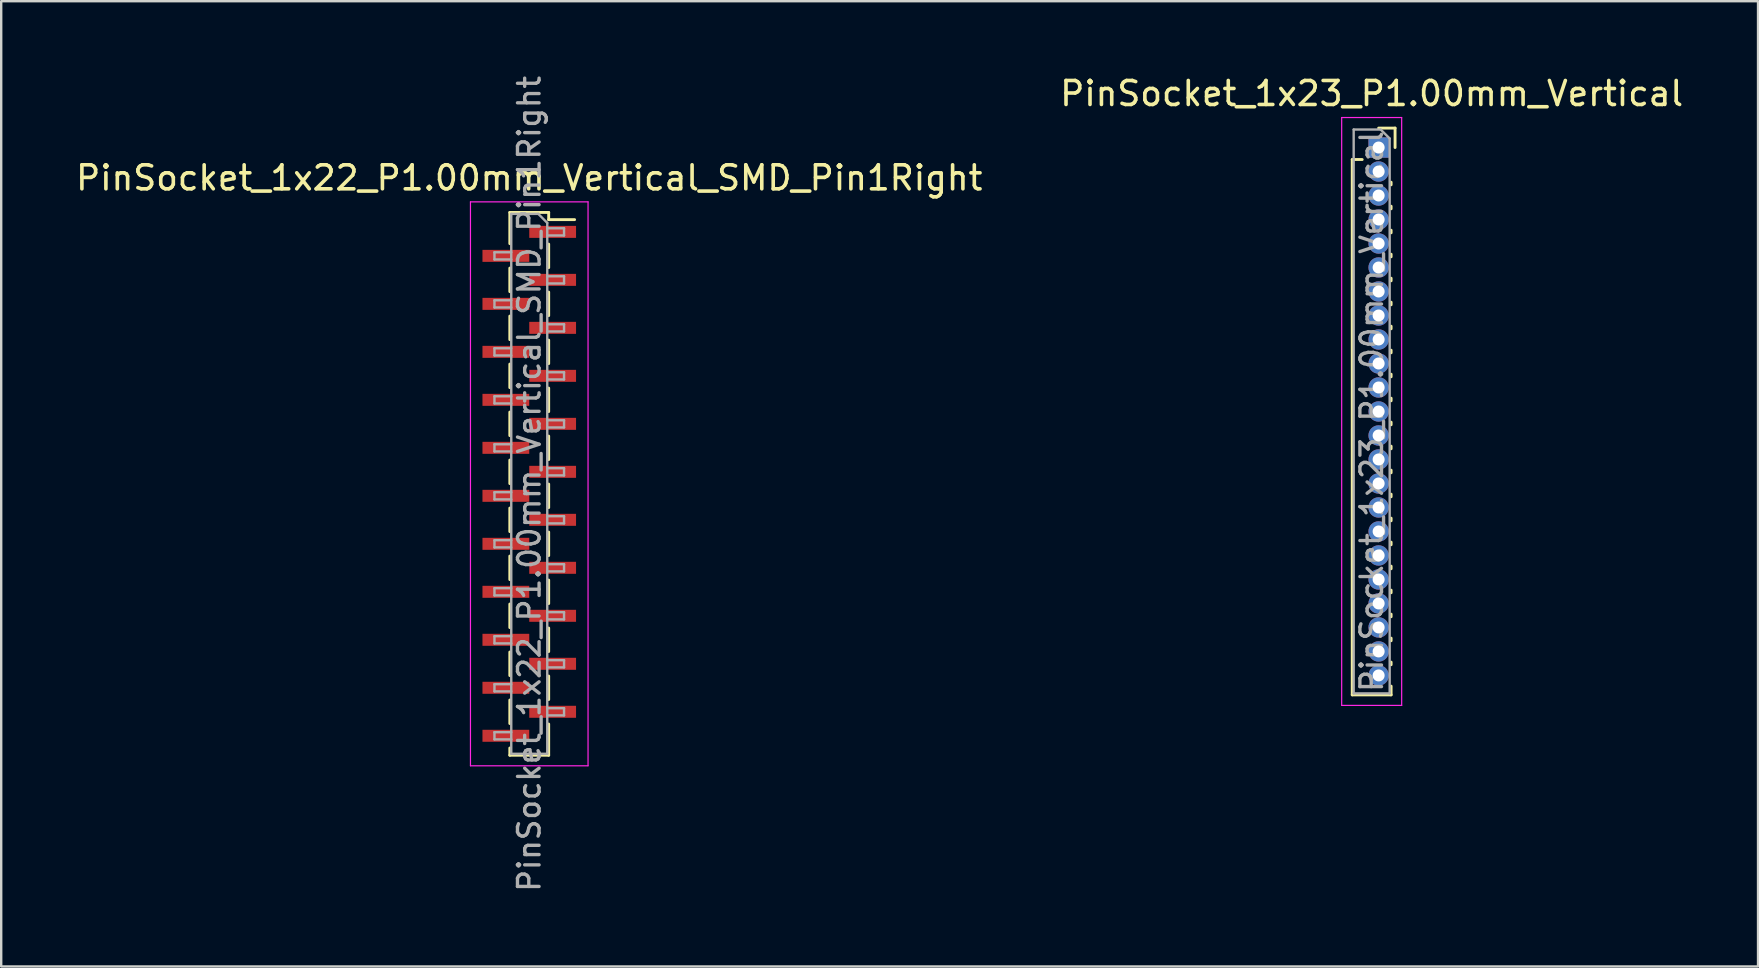
<source format=kicad_pcb>
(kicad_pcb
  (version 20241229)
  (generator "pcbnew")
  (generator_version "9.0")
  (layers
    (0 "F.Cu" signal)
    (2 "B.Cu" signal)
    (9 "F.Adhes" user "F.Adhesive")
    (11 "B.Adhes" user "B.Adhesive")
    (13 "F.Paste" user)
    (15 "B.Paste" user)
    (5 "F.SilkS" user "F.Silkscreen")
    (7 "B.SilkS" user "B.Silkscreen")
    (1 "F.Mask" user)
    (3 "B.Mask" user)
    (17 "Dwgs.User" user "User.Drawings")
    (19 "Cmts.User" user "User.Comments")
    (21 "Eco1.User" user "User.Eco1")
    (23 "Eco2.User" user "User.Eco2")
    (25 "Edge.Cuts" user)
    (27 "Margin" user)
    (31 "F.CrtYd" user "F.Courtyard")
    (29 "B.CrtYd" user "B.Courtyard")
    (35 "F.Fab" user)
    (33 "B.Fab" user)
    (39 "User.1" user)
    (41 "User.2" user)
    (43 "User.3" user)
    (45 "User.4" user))
  (footprint "PinSocket_1x22_P1.00mm_Vertical_SMD_Pin1Right"
    (layer "F.Cu")
    (at 19.006 17.113)
    (property "Reference" "PinSocket_1x22_P1.00mm_Vertical_SMD_Pin1Right" (at 0 -12.75 0) (layer "F.SilkS") (effects (font (size 1 1) (thickness 0.15))))
    (attr smd)
    (fp_line (start -0.81 -11.31) (end -0.81 -10.01) (stroke (width 0.12) (type solid)) (layer "F.SilkS"))
    (fp_line (start -0.81 -11.31) (end 0.81 -11.31) (stroke (width 0.12) (type solid)) (layer "F.SilkS"))
    (fp_line (start -0.81 -8.99) (end -0.81 -8.01) (stroke (width 0.12) (type solid)) (layer "F.SilkS"))
    (fp_line (start -0.81 -6.99) (end -0.81 -6.01) (stroke (width 0.12) (type solid)) (layer "F.SilkS"))
    (fp_line (start -0.81 -4.99) (end -0.81 -4.01) (stroke (width 0.12) (type solid)) (layer "F.SilkS"))
    (fp_line (start -0.81 -2.99) (end -0.81 -2.01) (stroke (width 0.12) (type solid)) (layer "F.SilkS"))
    (fp_line (start -0.81 -0.99) (end -0.81 -0.01) (stroke (width 0.12) (type solid)) (layer "F.SilkS"))
    (fp_line (start -0.81 1.01) (end -0.81 1.99) (stroke (width 0.12) (type solid)) (layer "F.SilkS"))
    (fp_line (start -0.81 3.01) (end -0.81 3.99) (stroke (width 0.12) (type solid)) (layer "F.SilkS"))
    (fp_line (start -0.81 5.01) (end -0.81 5.99) (stroke (width 0.12) (type solid)) (layer "F.SilkS"))
    (fp_line (start -0.81 7.01) (end -0.81 7.99) (stroke (width 0.12) (type solid)) (layer "F.SilkS"))
    (fp_line (start -0.81 9.01) (end -0.81 9.99) (stroke (width 0.12) (type solid)) (layer "F.SilkS"))
    (fp_line (start -0.81 11.01) (end -0.81 11.31) (stroke (width 0.12) (type solid)) (layer "F.SilkS"))
    (fp_line (start -0.81 11.31) (end 0.81 11.31) (stroke (width 0.12) (type solid)) (layer "F.SilkS"))
    (fp_line (start 0.81 -11.31) (end 0.81 -11.01) (stroke (width 0.12) (type solid)) (layer "F.SilkS"))
    (fp_line (start 0.81 -11.01) (end 1.89 -11.01) (stroke (width 0.12) (type solid)) (layer "F.SilkS"))
    (fp_line (start 0.81 -9.99) (end 0.81 -9.01) (stroke (width 0.12) (type solid)) (layer "F.SilkS"))
    (fp_line (start 0.81 -7.99) (end 0.81 -7.01) (stroke (width 0.12) (type solid)) (layer "F.SilkS"))
    (fp_line (start 0.81 -5.99) (end 0.81 -5.01) (stroke (width 0.12) (type solid)) (layer "F.SilkS"))
    (fp_line (start 0.81 -3.99) (end 0.81 -3.01) (stroke (width 0.12) (type solid)) (layer "F.SilkS"))
    (fp_line (start 0.81 -1.99) (end 0.81 -1.01) (stroke (width 0.12) (type solid)) (layer "F.SilkS"))
    (fp_line (start 0.81 0.01) (end 0.81 0.99) (stroke (width 0.12) (type solid)) (layer "F.SilkS"))
    (fp_line (start 0.81 2.01) (end 0.81 2.99) (stroke (width 0.12) (type solid)) (layer "F.SilkS"))
    (fp_line (start 0.81 4.01) (end 0.81 4.99) (stroke (width 0.12) (type solid)) (layer "F.SilkS"))
    (fp_line (start 0.81 6.01) (end 0.81 6.99) (stroke (width 0.12) (type solid)) (layer "F.SilkS"))
    (fp_line (start 0.81 8.01) (end 0.81 8.99) (stroke (width 0.12) (type solid)) (layer "F.SilkS"))
    (fp_line (start 0.81 10.01) (end 0.81 11.31) (stroke (width 0.12) (type solid)) (layer "F.SilkS"))
    (fp_line (start -2.45 -11.75) (end 2.45 -11.75) (stroke (width 0.05) (type solid)) (layer "F.CrtYd"))
    (fp_line (start -2.45 11.75) (end -2.45 -11.75) (stroke (width 0.05) (type solid)) (layer "F.CrtYd"))
    (fp_line (start 2.45 -11.75) (end 2.45 11.75) (stroke (width 0.05) (type solid)) (layer "F.CrtYd"))
    (fp_line (start 2.45 11.75) (end -2.45 11.75) (stroke (width 0.05) (type solid)) (layer "F.CrtYd"))
    (fp_line (start -1.45 -9.65) (end -0.75 -9.65) (stroke (width 0.1) (type solid)) (layer "F.Fab"))
    (fp_line (start -1.45 -9.35) (end -1.45 -9.65) (stroke (width 0.1) (type solid)) (layer "F.Fab"))
    (fp_line (start -1.45 -7.65) (end -0.75 -7.65) (stroke (width 0.1) (type solid)) (layer "F.Fab"))
    (fp_line (start -1.45 -7.35) (end -1.45 -7.65) (stroke (width 0.1) (type solid)) (layer "F.Fab"))
    (fp_line (start -1.45 -5.65) (end -0.75 -5.65) (stroke (width 0.1) (type solid)) (layer "F.Fab"))
    (fp_line (start -1.45 -5.35) (end -1.45 -5.65) (stroke (width 0.1) (type solid)) (layer "F.Fab"))
    (fp_line (start -1.45 -3.65) (end -0.75 -3.65) (stroke (width 0.1) (type solid)) (layer "F.Fab"))
    (fp_line (start -1.45 -3.35) (end -1.45 -3.65) (stroke (width 0.1) (type solid)) (layer "F.Fab"))
    (fp_line (start -1.45 -1.65) (end -0.75 -1.65) (stroke (width 0.1) (type solid)) (layer "F.Fab"))
    (fp_line (start -1.45 -1.35) (end -1.45 -1.65) (stroke (width 0.1) (type solid)) (layer "F.Fab"))
    (fp_line (start -1.45 0.35) (end -0.75 0.35) (stroke (width 0.1) (type solid)) (layer "F.Fab"))
    (fp_line (start -1.45 0.65) (end -1.45 0.35) (stroke (width 0.1) (type solid)) (layer "F.Fab"))
    (fp_line (start -1.45 2.35) (end -0.75 2.35) (stroke (width 0.1) (type solid)) (layer "F.Fab"))
    (fp_line (start -1.45 2.65) (end -1.45 2.35) (stroke (width 0.1) (type solid)) (layer "F.Fab"))
    (fp_line (start -1.45 4.35) (end -0.75 4.35) (stroke (width 0.1) (type solid)) (layer "F.Fab"))
    (fp_line (start -1.45 4.65) (end -1.45 4.35) (stroke (width 0.1) (type solid)) (layer "F.Fab"))
    (fp_line (start -1.45 6.35) (end -0.75 6.35) (stroke (width 0.1) (type solid)) (layer "F.Fab"))
    (fp_line (start -1.45 6.65) (end -1.45 6.35) (stroke (width 0.1) (type solid)) (layer "F.Fab"))
    (fp_line (start -1.45 8.35) (end -0.75 8.35) (stroke (width 0.1) (type solid)) (layer "F.Fab"))
    (fp_line (start -1.45 8.65) (end -1.45 8.35) (stroke (width 0.1) (type solid)) (layer "F.Fab"))
    (fp_line (start -1.45 10.35) (end -0.75 10.35) (stroke (width 0.1) (type solid)) (layer "F.Fab"))
    (fp_line (start -1.45 10.65) (end -1.45 10.35) (stroke (width 0.1) (type solid)) (layer "F.Fab"))
    (fp_line (start -0.75 -11.25) (end 0.375 -11.25) (stroke (width 0.1) (type solid)) (layer "F.Fab"))
    (fp_line (start -0.75 -9.35) (end -1.45 -9.35) (stroke (width 0.1) (type solid)) (layer "F.Fab"))
    (fp_line (start -0.75 -7.35) (end -1.45 -7.35) (stroke (width 0.1) (type solid)) (layer "F.Fab"))
    (fp_line (start -0.75 -5.35) (end -1.45 -5.35) (stroke (width 0.1) (type solid)) (layer "F.Fab"))
    (fp_line (start -0.75 -3.35) (end -1.45 -3.35) (stroke (width 0.1) (type solid)) (layer "F.Fab"))
    (fp_line (start -0.75 -1.35) (end -1.45 -1.35) (stroke (width 0.1) (type solid)) (layer "F.Fab"))
    (fp_line (start -0.75 0.65) (end -1.45 0.65) (stroke (width 0.1) (type solid)) (layer "F.Fab"))
    (fp_line (start -0.75 2.65) (end -1.45 2.65) (stroke (width 0.1) (type solid)) (layer "F.Fab"))
    (fp_line (start -0.75 4.65) (end -1.45 4.65) (stroke (width 0.1) (type solid)) (layer "F.Fab"))
    (fp_line (start -0.75 6.65) (end -1.45 6.65) (stroke (width 0.1) (type solid)) (layer "F.Fab"))
    (fp_line (start -0.75 8.65) (end -1.45 8.65) (stroke (width 0.1) (type solid)) (layer "F.Fab"))
    (fp_line (start -0.75 10.65) (end -1.45 10.65) (stroke (width 0.1) (type solid)) (layer "F.Fab"))
    (fp_line (start -0.75 11.25) (end -0.75 -11.25) (stroke (width 0.1) (type solid)) (layer "F.Fab"))
    (fp_line (start 0.375 -11.25) (end 0.75 -10.875) (stroke (width 0.1) (type solid)) (layer "F.Fab"))
    (fp_line (start 0.75 -10.875) (end 0.75 11.25) (stroke (width 0.1) (type solid)) (layer "F.Fab"))
    (fp_line (start 0.75 -10.65) (end 1.45 -10.65) (stroke (width 0.1) (type solid)) (layer "F.Fab"))
    (fp_line (start 0.75 -8.65) (end 1.45 -8.65) (stroke (width 0.1) (type solid)) (layer "F.Fab"))
    (fp_line (start 0.75 -6.65) (end 1.45 -6.65) (stroke (width 0.1) (type solid)) (layer "F.Fab"))
    (fp_line (start 0.75 -4.65) (end 1.45 -4.65) (stroke (width 0.1) (type solid)) (layer "F.Fab"))
    (fp_line (start 0.75 -2.65) (end 1.45 -2.65) (stroke (width 0.1) (type solid)) (layer "F.Fab"))
    (fp_line (start 0.75 -0.65) (end 1.45 -0.65) (stroke (width 0.1) (type solid)) (layer "F.Fab"))
    (fp_line (start 0.75 1.35) (end 1.45 1.35) (stroke (width 0.1) (type solid)) (layer "F.Fab"))
    (fp_line (start 0.75 3.35) (end 1.45 3.35) (stroke (width 0.1) (type solid)) (layer "F.Fab"))
    (fp_line (start 0.75 5.35) (end 1.45 5.35) (stroke (width 0.1) (type solid)) (layer "F.Fab"))
    (fp_line (start 0.75 7.35) (end 1.45 7.35) (stroke (width 0.1) (type solid)) (layer "F.Fab"))
    (fp_line (start 0.75 9.35) (end 1.45 9.35) (stroke (width 0.1) (type solid)) (layer "F.Fab"))
    (fp_line (start 0.75 11.25) (end -0.75 11.25) (stroke (width 0.1) (type solid)) (layer "F.Fab"))
    (fp_line (start 1.45 -10.65) (end 1.45 -10.35) (stroke (width 0.1) (type solid)) (layer "F.Fab"))
    (fp_line (start 1.45 -10.35) (end 0.75 -10.35) (stroke (width 0.1) (type solid)) (layer "F.Fab"))
    (fp_line (start 1.45 -8.65) (end 1.45 -8.35) (stroke (width 0.1) (type solid)) (layer "F.Fab"))
    (fp_line (start 1.45 -8.35) (end 0.75 -8.35) (stroke (width 0.1) (type solid)) (layer "F.Fab"))
    (fp_line (start 1.45 -6.65) (end 1.45 -6.35) (stroke (width 0.1) (type solid)) (layer "F.Fab"))
    (fp_line (start 1.45 -6.35) (end 0.75 -6.35) (stroke (width 0.1) (type solid)) (layer "F.Fab"))
    (fp_line (start 1.45 -4.65) (end 1.45 -4.35) (stroke (width 0.1) (type solid)) (layer "F.Fab"))
    (fp_line (start 1.45 -4.35) (end 0.75 -4.35) (stroke (width 0.1) (type solid)) (layer "F.Fab"))
    (fp_line (start 1.45 -2.65) (end 1.45 -2.35) (stroke (width 0.1) (type solid)) (layer "F.Fab"))
    (fp_line (start 1.45 -2.35) (end 0.75 -2.35) (stroke (width 0.1) (type solid)) (layer "F.Fab"))
    (fp_line (start 1.45 -0.65) (end 1.45 -0.35) (stroke (width 0.1) (type solid)) (layer "F.Fab"))
    (fp_line (start 1.45 -0.35) (end 0.75 -0.35) (stroke (width 0.1) (type solid)) (layer "F.Fab"))
    (fp_line (start 1.45 1.35) (end 1.45 1.65) (stroke (width 0.1) (type solid)) (layer "F.Fab"))
    (fp_line (start 1.45 1.65) (end 0.75 1.65) (stroke (width 0.1) (type solid)) (layer "F.Fab"))
    (fp_line (start 1.45 3.35) (end 1.45 3.65) (stroke (width 0.1) (type solid)) (layer "F.Fab"))
    (fp_line (start 1.45 3.65) (end 0.75 3.65) (stroke (width 0.1) (type solid)) (layer "F.Fab"))
    (fp_line (start 1.45 5.35) (end 1.45 5.65) (stroke (width 0.1) (type solid)) (layer "F.Fab"))
    (fp_line (start 1.45 5.65) (end 0.75 5.65) (stroke (width 0.1) (type solid)) (layer "F.Fab"))
    (fp_line (start 1.45 7.35) (end 1.45 7.65) (stroke (width 0.1) (type solid)) (layer "F.Fab"))
    (fp_line (start 1.45 7.65) (end 0.75 7.65) (stroke (width 0.1) (type solid)) (layer "F.Fab"))
    (fp_line (start 1.45 9.35) (end 1.45 9.65) (stroke (width 0.1) (type solid)) (layer "F.Fab"))
    (fp_line (start 1.45 9.65) (end 0.75 9.65) (stroke (width 0.1) (type solid)) (layer "F.Fab"))
    (fp_text user "${REFERENCE}" (at 0 0 90) (layer "F.Fab") (effects (font (size 0.9 0.9) (thickness 0.14))))
    (pad "1" smd rect (at 0.975 -10.5) (size 1.95 0.5) (layers "F.Cu" "F.Mask" "F.Paste"))
    (pad "2" smd rect (at -0.975 -9.5) (size 1.95 0.5) (layers "F.Cu" "F.Mask" "F.Paste"))
    (pad "3" smd rect (at 0.975 -8.5) (size 1.95 0.5) (layers "F.Cu" "F.Mask" "F.Paste"))
    (pad "4" smd rect (at -0.975 -7.5) (size 1.95 0.5) (layers "F.Cu" "F.Mask" "F.Paste"))
    (pad "5" smd rect (at 0.975 -6.5) (size 1.95 0.5) (layers "F.Cu" "F.Mask" "F.Paste"))
    (pad "6" smd rect (at -0.975 -5.5) (size 1.95 0.5) (layers "F.Cu" "F.Mask" "F.Paste"))
    (pad "7" smd rect (at 0.975 -4.5) (size 1.95 0.5) (layers "F.Cu" "F.Mask" "F.Paste"))
    (pad "8" smd rect (at -0.975 -3.5) (size 1.95 0.5) (layers "F.Cu" "F.Mask" "F.Paste"))
    (pad "9" smd rect (at 0.975 -2.5) (size 1.95 0.5) (layers "F.Cu" "F.Mask" "F.Paste"))
    (pad "10" smd rect (at -0.975 -1.5) (size 1.95 0.5) (layers "F.Cu" "F.Mask" "F.Paste"))
    (pad "11" smd rect (at 0.975 -0.5) (size 1.95 0.5) (layers "F.Cu" "F.Mask" "F.Paste"))
    (pad "12" smd rect (at -0.975 0.5) (size 1.95 0.5) (layers "F.Cu" "F.Mask" "F.Paste"))
    (pad "13" smd rect (at 0.975 1.5) (size 1.95 0.5) (layers "F.Cu" "F.Mask" "F.Paste"))
    (pad "14" smd rect (at -0.975 2.5) (size 1.95 0.5) (layers "F.Cu" "F.Mask" "F.Paste"))
    (pad "15" smd rect (at 0.975 3.5) (size 1.95 0.5) (layers "F.Cu" "F.Mask" "F.Paste"))
    (pad "16" smd rect (at -0.975 4.5) (size 1.95 0.5) (layers "F.Cu" "F.Mask" "F.Paste"))
    (pad "17" smd rect (at 0.975 5.5) (size 1.95 0.5) (layers "F.Cu" "F.Mask" "F.Paste"))
    (pad "18" smd rect (at -0.975 6.5) (size 1.95 0.5) (layers "F.Cu" "F.Mask" "F.Paste"))
    (pad "19" smd rect (at 0.975 7.5) (size 1.95 0.5) (layers "F.Cu" "F.Mask" "F.Paste"))
    (pad "20" smd rect (at -0.975 8.5) (size 1.95 0.5) (layers "F.Cu" "F.Mask" "F.Paste"))
    (pad "21" smd rect (at 0.975 9.5) (size 1.95 0.5) (layers "F.Cu" "F.Mask" "F.Paste"))
    (pad "22" smd rect (at -0.975 10.5) (size 1.95 0.5) (layers "F.Cu" "F.Mask" "F.Paste")))
  (footprint "PinSocket_1x23_P1.00mm_Vertical"
    (layer "F.Cu")
    (at 54.403 3.098)
    (property "Reference" "PinSocket_1x23_P1.00mm_Vertical" (at -0.29 -2.25 0) (layer "F.SilkS") (effects (font (size 1 1) (thickness 0.15))))
    (attr through_hole)
    (fp_line (start -1.1 0.5) (end -1.1 22.81) (stroke (width 0.12) (type solid)) (layer "F.SilkS"))
    (fp_line (start -1.1 0.5) (end -0.685 0.5) (stroke (width 0.12) (type solid)) (layer "F.SilkS"))
    (fp_line (start -1.1 22.81) (end 0.52 22.81) (stroke (width 0.12) (type solid)) (layer "F.SilkS"))
    (fp_line (start 0 -0.81) (end 0.685 -0.81) (stroke (width 0.12) (type solid)) (layer "F.SilkS"))
    (fp_line (start 0.52 1.446) (end 0.52 1.554) (stroke (width 0.12) (type solid)) (layer "F.SilkS"))
    (fp_line (start 0.52 2.446) (end 0.52 2.554) (stroke (width 0.12) (type solid)) (layer "F.SilkS"))
    (fp_line (start 0.52 3.446) (end 0.52 3.554) (stroke (width 0.12) (type solid)) (layer "F.SilkS"))
    (fp_line (start 0.52 4.446) (end 0.52 4.554) (stroke (width 0.12) (type solid)) (layer "F.SilkS"))
    (fp_line (start 0.52 5.446) (end 0.52 5.554) (stroke (width 0.12) (type solid)) (layer "F.SilkS"))
    (fp_line (start 0.52 6.446) (end 0.52 6.554) (stroke (width 0.12) (type solid)) (layer "F.SilkS"))
    (fp_line (start 0.52 7.446) (end 0.52 7.554) (stroke (width 0.12) (type solid)) (layer "F.SilkS"))
    (fp_line (start 0.52 8.446) (end 0.52 8.554) (stroke (width 0.12) (type solid)) (layer "F.SilkS"))
    (fp_line (start 0.52 9.446) (end 0.52 9.554) (stroke (width 0.12) (type solid)) (layer "F.SilkS"))
    (fp_line (start 0.52 10.446) (end 0.52 10.554) (stroke (width 0.12) (type solid)) (layer "F.SilkS"))
    (fp_line (start 0.52 11.446) (end 0.52 11.554) (stroke (width 0.12) (type solid)) (layer "F.SilkS"))
    (fp_line (start 0.52 12.446) (end 0.52 12.554) (stroke (width 0.12) (type solid)) (layer "F.SilkS"))
    (fp_line (start 0.52 13.446) (end 0.52 13.554) (stroke (width 0.12) (type solid)) (layer "F.SilkS"))
    (fp_line (start 0.52 14.446) (end 0.52 14.554) (stroke (width 0.12) (type solid)) (layer "F.SilkS"))
    (fp_line (start 0.52 15.446) (end 0.52 15.554) (stroke (width 0.12) (type solid)) (layer "F.SilkS"))
    (fp_line (start 0.52 16.446) (end 0.52 16.554) (stroke (width 0.12) (type solid)) (layer "F.SilkS"))
    (fp_line (start 0.52 17.446) (end 0.52 17.554) (stroke (width 0.12) (type solid)) (layer "F.SilkS"))
    (fp_line (start 0.52 18.446) (end 0.52 18.554) (stroke (width 0.12) (type solid)) (layer "F.SilkS"))
    (fp_line (start 0.52 19.446) (end 0.52 19.554) (stroke (width 0.12) (type solid)) (layer "F.SilkS"))
    (fp_line (start 0.52 20.446) (end 0.52 20.554) (stroke (width 0.12) (type solid)) (layer "F.SilkS"))
    (fp_line (start 0.52 21.446) (end 0.52 21.554) (stroke (width 0.12) (type solid)) (layer "F.SilkS"))
    (fp_line (start 0.52 22.446) (end 0.52 22.81) (stroke (width 0.12) (type solid)) (layer "F.SilkS"))
    (fp_line (start 0.685 -0.81) (end 0.685 0) (stroke (width 0.12) (type solid)) (layer "F.SilkS"))
    (fp_line (start -1.54 -1.25) (end 0.96 -1.25) (stroke (width 0.05) (type solid)) (layer "F.CrtYd"))
    (fp_line (start -1.54 23.25) (end -1.54 -1.25) (stroke (width 0.05) (type solid)) (layer "F.CrtYd"))
    (fp_line (start 0.96 -1.25) (end 0.96 23.25) (stroke (width 0.05) (type solid)) (layer "F.CrtYd"))
    (fp_line (start 0.96 23.25) (end -1.54 23.25) (stroke (width 0.05) (type solid)) (layer "F.CrtYd"))
    (fp_line (start -1.04 -0.75) (end 0.085 -0.75) (stroke (width 0.1) (type solid)) (layer "F.Fab"))
    (fp_line (start -1.04 22.75) (end -1.04 -0.75) (stroke (width 0.1) (type solid)) (layer "F.Fab"))
    (fp_line (start 0.085 -0.75) (end 0.46 -0.375) (stroke (width 0.1) (type solid)) (layer "F.Fab"))
    (fp_line (start 0.46 -0.375) (end 0.46 22.75) (stroke (width 0.1) (type solid)) (layer "F.Fab"))
    (fp_line (start 0.46 22.75) (end -1.04 22.75) (stroke (width 0.1) (type solid)) (layer "F.Fab"))
    (fp_text user "${REFERENCE}" (at -0.29 11 90) (layer "F.Fab") (effects (font (size 0.9 0.9) (thickness 0.14))))
    (pad "1" thru_hole rect (at 0 0) (size 0.85 0.85) (drill 0.5) (layers "*.Cu" "*.Mask"))
    (pad "2" thru_hole oval (at 0 1) (size 0.85 0.85) (drill 0.5) (layers "*.Cu" "*.Mask"))
    (pad "3" thru_hole oval (at 0 2) (size 0.85 0.85) (drill 0.5) (layers "*.Cu" "*.Mask"))
    (pad "4" thru_hole oval (at 0 3) (size 0.85 0.85) (drill 0.5) (layers "*.Cu" "*.Mask"))
    (pad "5" thru_hole oval (at 0 4) (size 0.85 0.85) (drill 0.5) (layers "*.Cu" "*.Mask"))
    (pad "6" thru_hole oval (at 0 5) (size 0.85 0.85) (drill 0.5) (layers "*.Cu" "*.Mask"))
    (pad "7" thru_hole oval (at 0 6) (size 0.85 0.85) (drill 0.5) (layers "*.Cu" "*.Mask"))
    (pad "8" thru_hole oval (at 0 7) (size 0.85 0.85) (drill 0.5) (layers "*.Cu" "*.Mask"))
    (pad "9" thru_hole oval (at 0 8) (size 0.85 0.85) (drill 0.5) (layers "*.Cu" "*.Mask"))
    (pad "10" thru_hole oval (at 0 9) (size 0.85 0.85) (drill 0.5) (layers "*.Cu" "*.Mask"))
    (pad "11" thru_hole oval (at 0 10) (size 0.85 0.85) (drill 0.5) (layers "*.Cu" "*.Mask"))
    (pad "12" thru_hole oval (at 0 11) (size 0.85 0.85) (drill 0.5) (layers "*.Cu" "*.Mask"))
    (pad "13" thru_hole oval (at 0 12) (size 0.85 0.85) (drill 0.5) (layers "*.Cu" "*.Mask"))
    (pad "14" thru_hole oval (at 0 13) (size 0.85 0.85) (drill 0.5) (layers "*.Cu" "*.Mask"))
    (pad "15" thru_hole oval (at 0 14) (size 0.85 0.85) (drill 0.5) (layers "*.Cu" "*.Mask"))
    (pad "16" thru_hole oval (at 0 15) (size 0.85 0.85) (drill 0.5) (layers "*.Cu" "*.Mask"))
    (pad "17" thru_hole oval (at 0 16) (size 0.85 0.85) (drill 0.5) (layers "*.Cu" "*.Mask"))
    (pad "18" thru_hole oval (at 0 17) (size 0.85 0.85) (drill 0.5) (layers "*.Cu" "*.Mask"))
    (pad "19" thru_hole oval (at 0 18) (size 0.85 0.85) (drill 0.5) (layers "*.Cu" "*.Mask"))
    (pad "20" thru_hole oval (at 0 19) (size 0.85 0.85) (drill 0.5) (layers "*.Cu" "*.Mask"))
    (pad "21" thru_hole oval (at 0 20) (size 0.85 0.85) (drill 0.5) (layers "*.Cu" "*.Mask"))
    (pad "22" thru_hole oval (at 0 21) (size 0.85 0.85) (drill 0.5) (layers "*.Cu" "*.Mask"))
    (pad "23" thru_hole oval (at 0 22) (size 0.85 0.85) (drill 0.5) (layers "*.Cu" "*.Mask")))
  (gr_rect
    (start -3 -3)
    (end 70.214 37.226)
    (stroke (width 0.1) (type default))
    (fill no)
    (layer "Edge.Cuts")))
</source>
